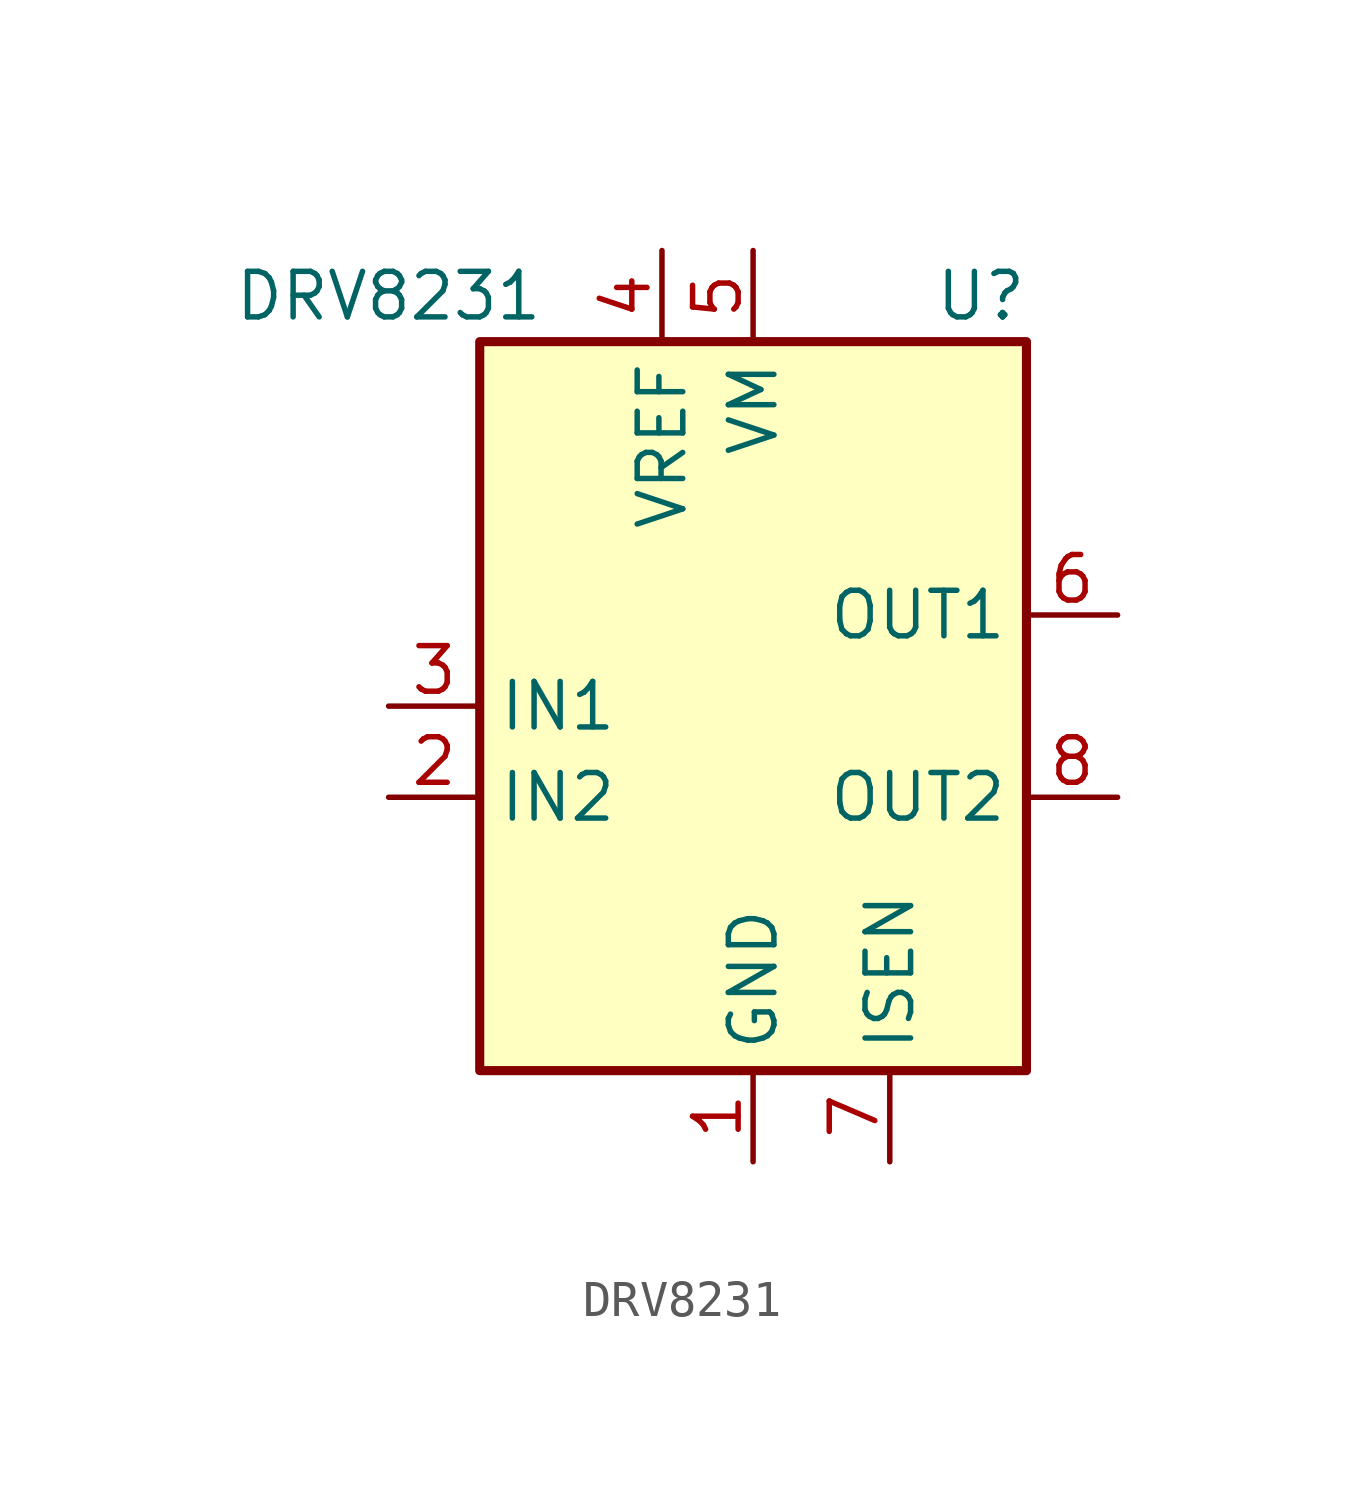
<source format=kicad_sym>
(kicad_symbol_lib
  (version 20211014)
  (generator kicad_symbol_editor)
  (symbol "DRV8231"
    (property "Reference" "U"
      (at 6.35 11.43 0)
      (effects (font (size 1.27 1.27))))
    (property "Value" "DRV8231"
      (at -10.16 11.43 0)
      (effects (font (size 1.27 1.27))))
    (symbol "DRV8231_0_1"
      (rectangle (start -7.62 10.16) (end 7.62 -10.16) (stroke (width 0.254) (type default) (color 0 0 0 0)) (fill (type background))))
    (symbol "DRV8231_1_1"
      (pin power_in line (at 0 -12.7 90) (length 2.54) (name "GND" (effects (font (size 1.27 1.27)))) (number "1" (effects (font (size 1.27 1.27)))))
      (pin input line (at -10.16 -2.54 0) (length 2.54) (name "IN2" (effects (font (size 1.27 1.27)))) (number "2" (effects (font (size 1.27 1.27)))))
      (pin input line (at -10.16 0 0) (length 2.54) (name "IN1" (effects (font (size 1.27 1.27)))) (number "3" (effects (font (size 1.27 1.27)))))
      (pin power_in line (at -2.54 12.7 270) (length 2.54) (name "VREF" (effects (font (size 1.27 1.27)))) (number "4" (effects (font (size 1.27 1.27)))))
      (pin power_in line (at 0 12.7 270) (length 2.54) (name "VM" (effects (font (size 1.27 1.27)))) (number "5" (effects (font (size 1.27 1.27)))))
      (pin output line (at 10.16 2.54 180) (length 2.54) (name "OUT1" (effects (font (size 1.27 1.27)))) (number "6" (effects (font (size 1.27 1.27)))))
      (pin power_in line (at 3.81 -12.7 90) (length 2.54) (name "ISEN" (effects (font (size 1.27 1.27)))) (number "7" (effects (font (size 1.27 1.27)))))
      (pin output line (at 10.16 -2.54 180) (length 2.54) (name "OUT2" (effects (font (size 1.27 1.27)))) (number "8" (effects (font (size 1.27 1.27)))))
      (pin passive line (at 0 -12.7 90) (length 2.54) hide (name "GND" (effects (font (size 1.27 1.27)))) (number "9" (effects (font (size 1.27 1.27))))))))
</source>
